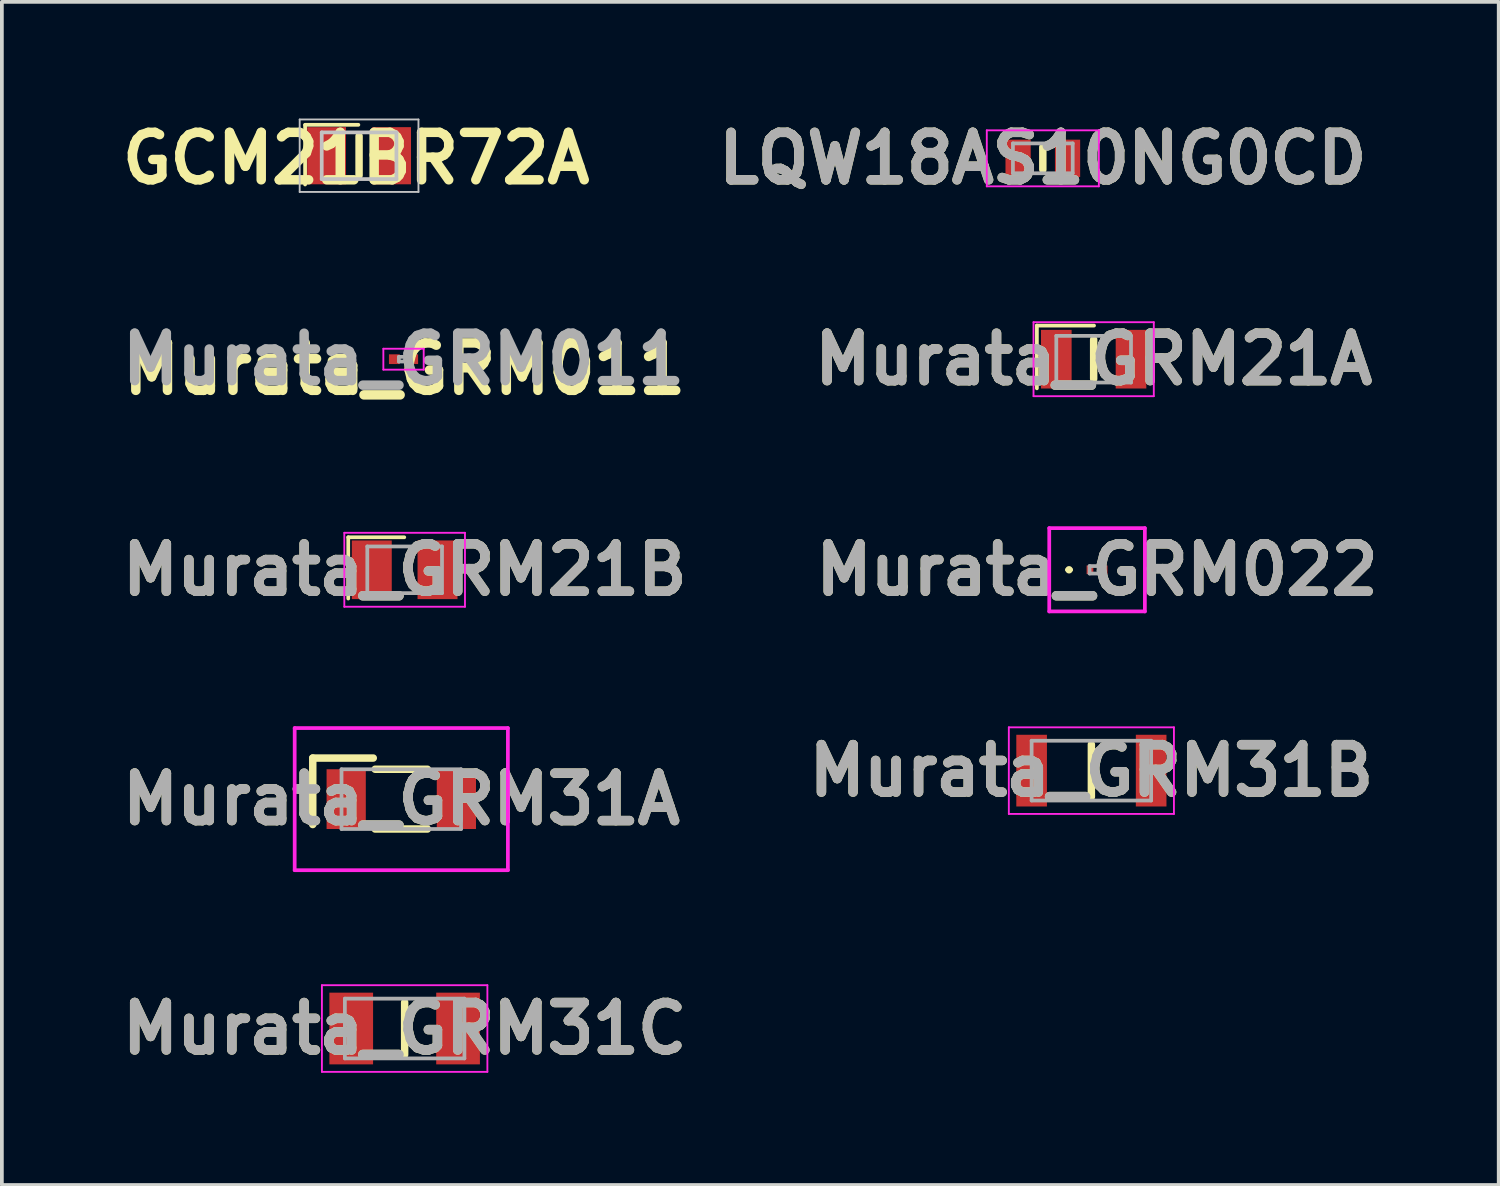
<source format=kicad_pcb>
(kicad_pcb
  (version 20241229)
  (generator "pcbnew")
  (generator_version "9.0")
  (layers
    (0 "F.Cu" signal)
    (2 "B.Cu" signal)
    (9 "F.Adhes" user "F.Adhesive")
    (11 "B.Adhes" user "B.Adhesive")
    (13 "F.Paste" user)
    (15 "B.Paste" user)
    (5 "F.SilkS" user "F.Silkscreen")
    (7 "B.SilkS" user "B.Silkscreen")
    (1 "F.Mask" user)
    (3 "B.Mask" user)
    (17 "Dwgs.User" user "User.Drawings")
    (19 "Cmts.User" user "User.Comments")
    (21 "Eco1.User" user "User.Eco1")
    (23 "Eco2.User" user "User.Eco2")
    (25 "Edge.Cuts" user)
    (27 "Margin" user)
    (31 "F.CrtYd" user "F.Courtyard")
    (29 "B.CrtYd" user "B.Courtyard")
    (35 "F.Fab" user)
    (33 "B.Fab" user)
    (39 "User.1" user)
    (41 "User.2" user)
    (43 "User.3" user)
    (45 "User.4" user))
  (footprint "Murata_GRM31C"
    (layer "F.Cu")
    (at 7.783 24.485)
    (property "Reference" "Murata_GRM31C" (at 0 0 0) (layer "F.SilkS") (effects (font (size 1.27 1.27) (thickness 0.254))))
    (attr smd)
    (fp_line (start 0 -0.7) (end 0 0.7) (stroke (width 0.2) (type solid)) (layer "F.SilkS"))
    (fp_line (start -2.215 -1.16) (end 2.215 -1.16) (stroke (width 0.05) (type solid)) (layer "F.CrtYd"))
    (fp_line (start -2.215 1.16) (end -2.215 -1.16) (stroke (width 0.05) (type solid)) (layer "F.CrtYd"))
    (fp_line (start 2.215 -1.16) (end 2.215 1.16) (stroke (width 0.05) (type solid)) (layer "F.CrtYd"))
    (fp_line (start 2.215 1.16) (end -2.215 1.16) (stroke (width 0.05) (type solid)) (layer "F.CrtYd"))
    (fp_line (start -1.6 -0.8) (end 1.6 -0.8) (stroke (width 0.1) (type solid)) (layer "F.Fab"))
    (fp_line (start -1.6 0.8) (end -1.6 -0.8) (stroke (width 0.1) (type solid)) (layer "F.Fab"))
    (fp_line (start 1.6 -0.8) (end 1.6 0.8) (stroke (width 0.1) (type solid)) (layer "F.Fab"))
    (fp_line (start 1.6 0.8) (end -1.6 0.8) (stroke (width 0.1) (type solid)) (layer "F.Fab"))
    (fp_text user "${REFERENCE}" (at 0 0 0) (layer "F.Fab") (effects (font (size 1.27 1.27) (thickness 0.254))))
    (pad "1" smd rect (at -1.43 0) (size 1.17 1.92) (layers "F.Cu" "F.Mask" "F.Paste"))
    (pad "2" smd rect (at 1.43 0) (size 1.17 1.92) (layers "F.Cu" "F.Mask" "F.Paste")))
  (footprint "Murata_GRM022"
    (layer "F.Cu")
    (at 26.32 12.204)
    (property "Reference" "Murata_GRM022" (at 0 0 0) (layer "F.SilkS") (effects (font (size 1.27 1.27) (thickness 0.254))))
    (attr smd)
    (fp_line (start -0.8 0) (end -0.8 0) (stroke (width 0.1) (type solid)) (layer "F.SilkS"))
    (fp_line (start -0.7 0) (end -0.7 0) (stroke (width 0.1) (type solid)) (layer "F.SilkS"))
    (fp_arc (start -0.8 0) (mid -0.75 -0.05) (end -0.7 0) (stroke (width 0.1) (type solid)) (layer "F.SilkS"))
    (fp_arc (start -0.7 0) (mid -0.75 0.05) (end -0.8 0) (stroke (width 0.1) (type solid)) (layer "F.SilkS"))
    (fp_line (start -1.28 -1.115) (end 1.28 -1.115) (stroke (width 0.1) (type solid)) (layer "F.CrtYd"))
    (fp_line (start -1.28 1.115) (end -1.28 -1.115) (stroke (width 0.1) (type solid)) (layer "F.CrtYd"))
    (fp_line (start 1.28 -1.115) (end 1.28 1.115) (stroke (width 0.1) (type solid)) (layer "F.CrtYd"))
    (fp_line (start 1.28 1.115) (end -1.28 1.115) (stroke (width 0.1) (type solid)) (layer "F.CrtYd"))
    (fp_line (start -0.2 -0.1) (end -0.2 0.1) (stroke (width 0.1) (type solid)) (layer "F.Fab"))
    (fp_line (start -0.2 0.1) (end 0.2 0.1) (stroke (width 0.1) (type solid)) (layer "F.Fab"))
    (fp_line (start 0.2 -0.1) (end -0.2 -0.1) (stroke (width 0.1) (type solid)) (layer "F.Fab"))
    (fp_line (start 0.2 0.1) (end 0.2 -0.1) (stroke (width 0.1) (type solid)) (layer "F.Fab"))
    (fp_text user "${REFERENCE}" (at 0 0 0) (layer "F.Fab") (effects (font (size 1.27 1.27) (thickness 0.254))))
    (pad "1" smd rect (at -0.19 0) (size 0.18 0.23) (layers "F.Cu" "F.Mask" "F.Paste"))
    (pad "2" smd rect (at 0.19 0) (size 0.18 0.23) (layers "F.Cu" "F.Mask" "F.Paste")))
  (footprint "GCM21BR72A"
    (layer "F.Cu")
    (at 6.563 1.119)
    (property "Reference" "GCM21BR72A" (at -0.08 0.07 0) (layer "F.SilkS") (effects (font (size 1.27 1.27) (thickness 0.254))))
    (attr smd)
    (fp_line (start -1.445 -0.828) (end -0.019 -0.828) (stroke (width 0.1) (type solid)) (layer "F.SilkS"))
    (fp_line (start -1.445 0.77) (end -1.445 -0.82) (stroke (width 0.1) (type solid)) (layer "F.SilkS"))
    (fp_line (start 0 -0.525) (end 0 0.525) (stroke (width 0.2) (type solid)) (layer "F.SilkS"))
    (fp_line (start -1.59 -0.97) (end 1.59 -0.97) (stroke (width 0.05) (type solid)) (layer "Dwgs.User"))
    (fp_line (start -1.59 0.97) (end -1.59 -0.97) (stroke (width 0.05) (type solid)) (layer "Dwgs.User"))
    (fp_line (start -1 -0.625) (end 1 -0.625) (stroke (width 0.1) (type solid)) (layer "Dwgs.User"))
    (fp_line (start -1 0.625) (end -1 -0.625) (stroke (width 0.1) (type solid)) (layer "Dwgs.User"))
    (fp_line (start 1 -0.625) (end 1 0.625) (stroke (width 0.1) (type solid)) (layer "Dwgs.User"))
    (fp_line (start 1 0.625) (end -1 0.625) (stroke (width 0.1) (type solid)) (layer "Dwgs.User"))
    (fp_line (start 1.59 -0.97) (end 1.59 0.97) (stroke (width 0.05) (type solid)) (layer "Dwgs.User"))
    (fp_line (start 1.59 0.97) (end -1.59 0.97) (stroke (width 0.05) (type solid)) (layer "Dwgs.User"))
    (pad "1" smd rect (at -0.87 0) (size 1.04 1.53) (layers "F.Cu" "F.Mask" "F.Paste"))
    (pad "2" smd rect (at 0.87 0) (size 1.04 1.53) (layers "F.Cu" "F.Mask" "F.Paste")))
  (footprint "Murata_GRM31A"
    (layer "F.Cu")
    (at 7.693 18.344)
    (property "Reference" "Murata_GRM31A" (at 0 0 0) (layer "F.SilkS") (effects (font (size 1.27 1.27) (thickness 0.254))))
    (attr smd)
    (fp_line (start -2.37 0.68) (end -2.37 -1.1) (stroke (width 0.2) (type solid)) (layer "F.SilkS"))
    (fp_line (start -0.75 -1.1) (end -2.37 -1.1) (stroke (width 0.2) (type solid)) (layer "F.SilkS"))
    (fp_line (start -0.7 -0.8) (end 0.7 -0.8) (stroke (width 0.2) (type solid)) (layer "F.SilkS"))
    (fp_line (start -0.7 0.8) (end 0.7 0.8) (stroke (width 0.2) (type solid)) (layer "F.SilkS"))
    (fp_line (start -2.854 -1.902) (end 2.854 -1.902) (stroke (width 0.1) (type solid)) (layer "F.CrtYd"))
    (fp_line (start -2.854 1.902) (end -2.854 -1.902) (stroke (width 0.1) (type solid)) (layer "F.CrtYd"))
    (fp_line (start 2.854 -1.902) (end 2.854 1.902) (stroke (width 0.1) (type solid)) (layer "F.CrtYd"))
    (fp_line (start 2.854 1.902) (end -2.854 1.902) (stroke (width 0.1) (type solid)) (layer "F.CrtYd"))
    (fp_line (start -1.6 -0.8) (end 1.6 -0.8) (stroke (width 0.1) (type solid)) (layer "F.Fab"))
    (fp_line (start -1.6 0.8) (end -1.6 -0.8) (stroke (width 0.1) (type solid)) (layer "F.Fab"))
    (fp_line (start 1.6 -0.8) (end 1.6 0.8) (stroke (width 0.1) (type solid)) (layer "F.Fab"))
    (fp_line (start 1.6 0.8) (end -1.6 0.8) (stroke (width 0.1) (type solid)) (layer "F.Fab"))
    (fp_text user "${REFERENCE}" (at 0 0 0) (layer "F.Fab") (effects (font (size 1.27 1.27) (thickness 0.254))))
    (pad "1" smd rect (at -1.475 0) (size 1.05 1.6) (layers "F.Cu" "F.Mask" "F.Paste"))
    (pad "2" smd rect (at 1.475 0) (size 1.05 1.6) (layers "F.Cu" "F.Mask" "F.Paste")))
  (footprint "Murata_GRM31B"
    (layer "F.Cu")
    (at 26.168 17.581)
    (property "Reference" "Murata_GRM31B" (at 0 0 0) (layer "F.SilkS") (effects (font (size 1.27 1.27) (thickness 0.254))))
    (attr smd)
    (fp_line (start 0 -0.7) (end 0 0.7) (stroke (width 0.2) (type solid)) (layer "F.SilkS"))
    (fp_line (start -2.21 -1.16) (end 2.21 -1.16) (stroke (width 0.05) (type solid)) (layer "F.CrtYd"))
    (fp_line (start -2.21 1.16) (end -2.21 -1.16) (stroke (width 0.05) (type solid)) (layer "F.CrtYd"))
    (fp_line (start 2.21 -1.16) (end 2.21 1.16) (stroke (width 0.05) (type solid)) (layer "F.CrtYd"))
    (fp_line (start 2.21 1.16) (end -2.21 1.16) (stroke (width 0.05) (type solid)) (layer "F.CrtYd"))
    (fp_line (start -1.6 -0.8) (end 1.6 -0.8) (stroke (width 0.1) (type solid)) (layer "F.Fab"))
    (fp_line (start -1.6 0.8) (end -1.6 -0.8) (stroke (width 0.1) (type solid)) (layer "F.Fab"))
    (fp_line (start 1.6 -0.8) (end 1.6 0.8) (stroke (width 0.1) (type solid)) (layer "F.Fab"))
    (fp_line (start 1.6 0.8) (end -1.6 0.8) (stroke (width 0.1) (type solid)) (layer "F.Fab"))
    (fp_text user "${REFERENCE}" (at 0 0 0) (layer "F.Fab") (effects (font (size 1.27 1.27) (thickness 0.254))))
    (pad "1" smd rect (at -1.6 0) (size 0.82 1.92) (layers "F.Cu" "F.Mask" "F.Paste"))
    (pad "2" smd rect (at 1.6 0) (size 0.82 1.92) (layers "F.Cu" "F.Mask" "F.Paste")))
  (footprint "Murata_GRM21B"
    (layer "F.Cu")
    (at 7.783 12.204)
    (property "Reference" "Murata_GRM21B" (at 0 0 0) (layer "F.SilkS") (effects (font (size 1.27 1.27) (thickness 0.254))))
    (attr smd)
    (fp_line (start -1.51 -0.87) (end -0.01 -0.87) (stroke (width 0.1) (type default)) (layer "F.SilkS"))
    (fp_line (start -1.51 0.77) (end -1.51 -0.87) (stroke (width 0.1) (type default)) (layer "F.SilkS"))
    (fp_line (start -1.615 -0.99) (end 1.615 -0.99) (stroke (width 0.05) (type solid)) (layer "F.CrtYd"))
    (fp_line (start -1.615 0.99) (end -1.615 -0.99) (stroke (width 0.05) (type solid)) (layer "F.CrtYd"))
    (fp_line (start 1.615 -0.99) (end 1.615 0.99) (stroke (width 0.05) (type solid)) (layer "F.CrtYd"))
    (fp_line (start 1.615 0.99) (end -1.615 0.99) (stroke (width 0.05) (type solid)) (layer "F.CrtYd"))
    (fp_line (start -1 -0.625) (end 1 -0.625) (stroke (width 0.1) (type solid)) (layer "F.Fab"))
    (fp_line (start -1 0.625) (end -1 -0.625) (stroke (width 0.1) (type solid)) (layer "F.Fab"))
    (fp_line (start 1 -0.625) (end 1 0.625) (stroke (width 0.1) (type solid)) (layer "F.Fab"))
    (fp_line (start 1 0.625) (end -1 0.625) (stroke (width 0.1) (type solid)) (layer "F.Fab"))
    (fp_text user "${REFERENCE}" (at 0 0 0) (layer "F.Fab") (effects (font (size 1.27 1.27) (thickness 0.254))))
    (pad "1" smd rect (at -0.88 0) (size 1.07 1.57) (layers "F.Cu" "F.Mask" "F.Paste"))
    (pad "2" smd rect (at 0.88 0) (size 1.07 1.57) (layers "F.Cu" "F.Mask" "F.Paste")))
  (footprint "Murata_GRM21A"
    (layer "F.Cu")
    (at 26.229 6.566)
    (property "Reference" "Murata_GRM21A" (at 0 0 0) (layer "F.SilkS") (effects (font (size 1.27 1.27) (thickness 0.254))))
    (attr smd)
    (fp_line (start -1.52 -0.9) (end 0.01 -0.9) (stroke (width 0.1) (type default)) (layer "F.SilkS"))
    (fp_line (start -1.52 0.78) (end -1.52 -0.9) (stroke (width 0.1) (type default)) (layer "F.SilkS"))
    (fp_line (start 0 -0.525) (end 0 0.525) (stroke (width 0.2) (type solid)) (layer "F.SilkS"))
    (fp_line (start -1.61 -0.99) (end 1.61 -0.99) (stroke (width 0.05) (type solid)) (layer "F.CrtYd"))
    (fp_line (start -1.61 0.99) (end -1.61 -0.99) (stroke (width 0.05) (type solid)) (layer "F.CrtYd"))
    (fp_line (start 1.61 -0.99) (end 1.61 0.99) (stroke (width 0.05) (type solid)) (layer "F.CrtYd"))
    (fp_line (start 1.61 0.99) (end -1.61 0.99) (stroke (width 0.05) (type solid)) (layer "F.CrtYd"))
    (fp_line (start -1 -0.625) (end 1 -0.625) (stroke (width 0.1) (type solid)) (layer "F.Fab"))
    (fp_line (start -1 0.625) (end -1 -0.625) (stroke (width 0.1) (type solid)) (layer "F.Fab"))
    (fp_line (start 1 -0.625) (end 1 0.625) (stroke (width 0.1) (type solid)) (layer "F.Fab"))
    (fp_line (start 1 0.625) (end -1 0.625) (stroke (width 0.1) (type solid)) (layer "F.Fab"))
    (fp_text user "${REFERENCE}" (at 0 0 0) (layer "F.Fab") (effects (font (size 1.27 1.27) (thickness 0.254))))
    (pad "1" smd rect (at -1 0) (size 0.82 1.57) (layers "F.Cu" "F.Mask" "F.Paste"))
    (pad "2" smd rect (at 1 0) (size 0.82 1.57) (layers "F.Cu" "F.Mask" "F.Paste")))
  (footprint "LQW18AS10NG0CD"
    (layer "F.Cu")
    (at 24.868 1.189)
    (property "Reference" "LQW18AS10NG0CD" (at 0 0 0) (layer "F.SilkS") (effects (font (size 1.27 1.27) (thickness 0.254))))
    (attr smd)
    (fp_line (start 0 -0.3) (end 0 0.3) (stroke (width 0.2) (type solid)) (layer "F.SilkS"))
    (fp_line (start -1.5 -0.75) (end 1.5 -0.75) (stroke (width 0.05) (type solid)) (layer "F.CrtYd"))
    (fp_line (start -1.5 0.75) (end -1.5 -0.75) (stroke (width 0.05) (type solid)) (layer "F.CrtYd"))
    (fp_line (start 1.5 -0.75) (end 1.5 0.75) (stroke (width 0.05) (type solid)) (layer "F.CrtYd"))
    (fp_line (start 1.5 0.75) (end -1.5 0.75) (stroke (width 0.05) (type solid)) (layer "F.CrtYd"))
    (fp_line (start -0.8 -0.4) (end 0.8 -0.4) (stroke (width 0.1) (type solid)) (layer "F.Fab"))
    (fp_line (start -0.8 0.4) (end -0.8 -0.4) (stroke (width 0.1) (type solid)) (layer "F.Fab"))
    (fp_line (start 0.8 -0.4) (end 0.8 0.4) (stroke (width 0.1) (type solid)) (layer "F.Fab"))
    (fp_line (start 0.8 0.4) (end -0.8 0.4) (stroke (width 0.1) (type solid)) (layer "F.Fab"))
    (fp_text user "${REFERENCE}" (at 0 0 0) (layer "F.Fab") (effects (font (size 1.27 1.27) (thickness 0.254))))
    (pad "1" smd rect (at -0.662 0) (size 0.675 1) (layers "F.Cu" "F.Mask" "F.Paste"))
    (pad "2" smd rect (at 0.662 0) (size 0.675 1) (layers "F.Cu" "F.Mask" "F.Paste")))
  (footprint "Murata_GRM011"
    (layer "F.Cu")
    (at 7.753 6.566)
    (property "Reference" "Murata_GRM011" (at 0.03 0.26 0) (layer "F.SilkS") (effects (font (size 1.27 1.27) (thickness 0.254))))
    (attr smd)
    (fp_line (start -0.54 -0.28) (end 0.54 -0.28) (stroke (width 0.05) (type solid)) (layer "F.CrtYd"))
    (fp_line (start -0.54 0.28) (end -0.54 -0.28) (stroke (width 0.05) (type solid)) (layer "F.CrtYd"))
    (fp_line (start 0.54 -0.28) (end 0.54 0.28) (stroke (width 0.05) (type solid)) (layer "F.CrtYd"))
    (fp_line (start 0.54 0.28) (end -0.54 0.28) (stroke (width 0.05) (type solid)) (layer "F.CrtYd"))
    (fp_line (start -0.125 -0.062) (end 0.125 -0.062) (stroke (width 0.1) (type solid)) (layer "F.Fab"))
    (fp_line (start -0.125 0.062) (end -0.125 -0.062) (stroke (width 0.1) (type solid)) (layer "F.Fab"))
    (fp_line (start 0.125 -0.062) (end 0.125 0.062) (stroke (width 0.1) (type solid)) (layer "F.Fab"))
    (fp_line (start 0.125 0.062) (end -0.125 0.062) (stroke (width 0.1) (type solid)) (layer "F.Fab"))
    (fp_text user "${REFERENCE}" (at 0 0 0) (layer "F.Fab") (effects (font (size 1.27 1.27) (thickness 0.254))))
    (pad "1" smd rect (at -0.245 0 90) (size 0.26 0.29) (layers "F.Cu" "F.Mask" "F.Paste"))
    (pad "2" smd rect (at 0.245 0 90) (size 0.26 0.29) (layers "F.Cu" "F.Mask" "F.Paste")))
  (gr_rect
    (start -3 -3)
    (end 37.073 28.674)
    (stroke (width 0.1) (type default))
    (fill no)
    (layer "Edge.Cuts")))
</source>
